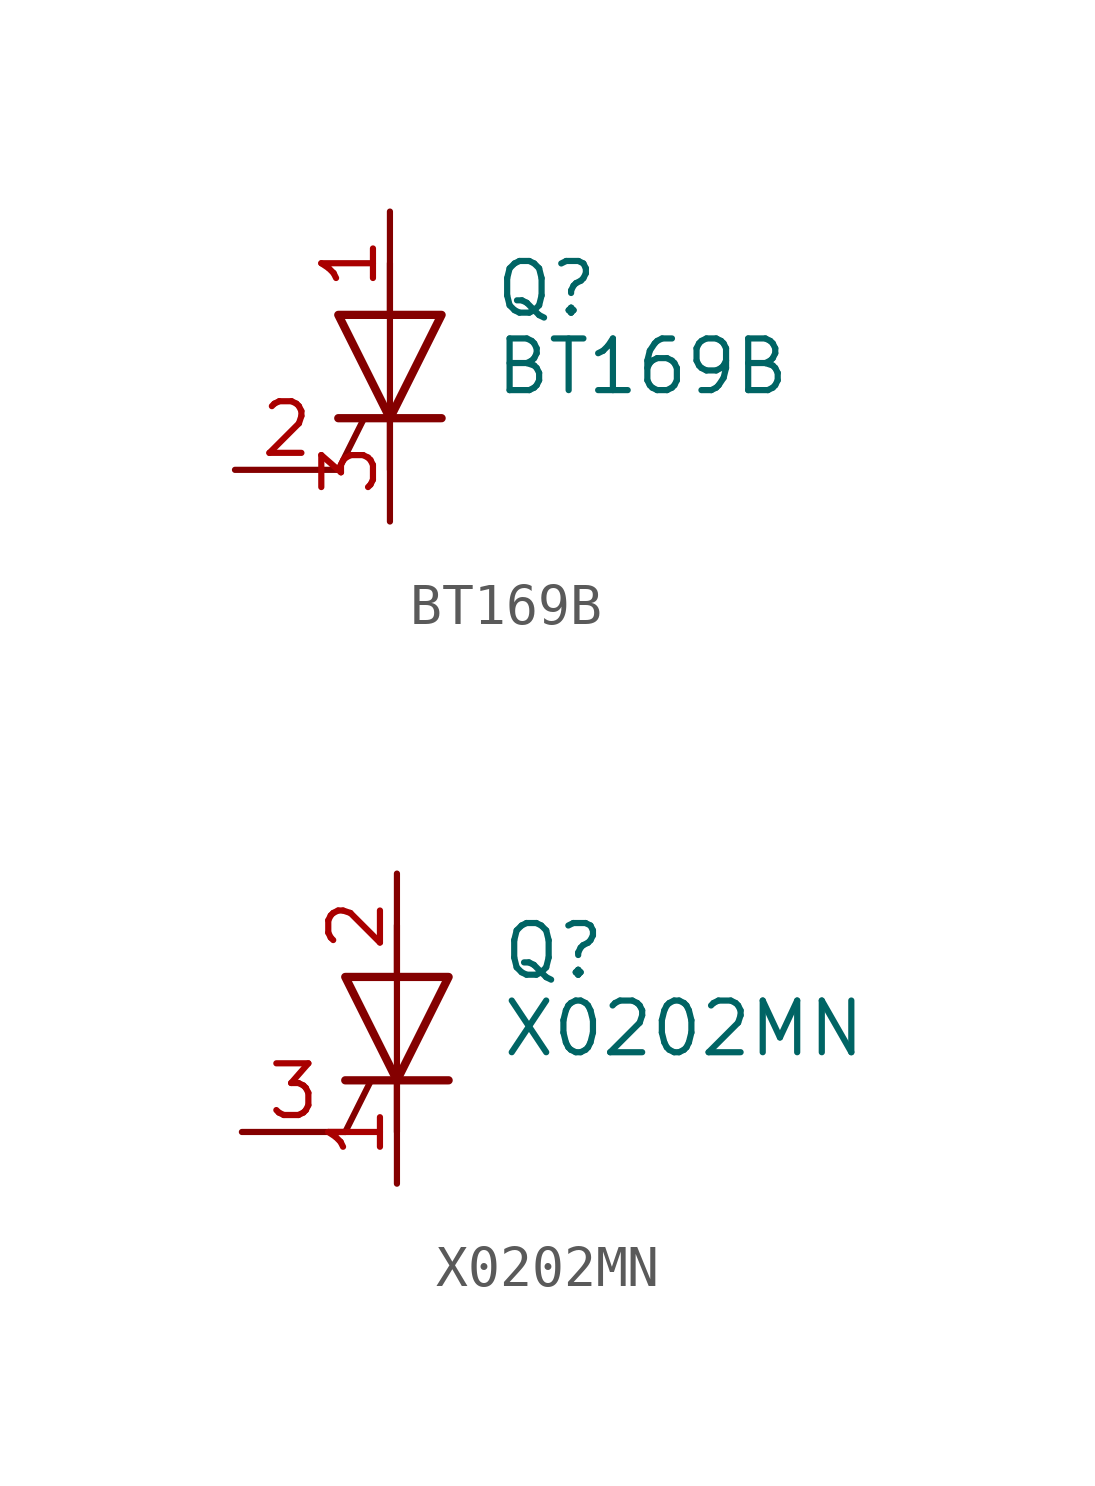
<source format=kicad_sym>
(kicad_symbol_lib
  (version 20231120)
  (generator "kicad_symbol_editor")
  (generator_version "8.0")
  (symbol "BT169B"
    (pin_names
      (offset 0) hide)
    (property "Reference" "Q"
      (at 2.54 1.905 0)
      (effects (font (size 1.27 1.27)) (justify left)))
    (property "Value" "BT169B"
      (at 2.54 0 0)
      (effects (font (size 1.27 1.27)) (justify left)))
    (symbol "BT169B_0_1"
      (polyline (pts (xy -1.27 -2.54) (xy -0.635 -1.27)) (stroke (width 0) (type default)) (fill (type none)))
      (polyline (pts (xy -1.27 -1.27) (xy 1.27 -1.27)) (stroke (width 0.203) (type default)) (fill (type none)))
      (polyline (pts (xy 0 -2.54) (xy 0 2.54)) (stroke (width 0) (type default)) (fill (type none)))
      (polyline (pts (xy -1.27 1.27) (xy 1.27 1.27) (xy 0 -1.27) (xy -1.27 1.27)) (stroke (width 0.203) (type default)) (fill (type none))))
    (symbol "BT169B_1_1"
      (pin passive line (at 0 3.81 270) (length 2.54) (name "A" (effects (font (size 1.27 1.27)))) (number "1" (effects (font (size 1.27 1.27)))))
      (pin input line (at -3.81 -2.54 0) (length 2.54) (name "G" (effects (font (size 1.27 1.27)))) (number "2" (effects (font (size 1.27 1.27)))))
      (pin passive line (at 0 -3.81 90) (length 2.54) (name "K" (effects (font (size 1.27 1.27)))) (number "3" (effects (font (size 1.27 1.27)))))))
  (symbol "X0202MN"
    (pin_names
      (offset 0) hide)
    (property "Reference" "Q"
      (at 2.54 1.905 0)
      (effects (font (size 1.27 1.27)) (justify left)))
    (property "Value" "X0202MN"
      (at 2.54 0 0)
      (effects (font (size 1.27 1.27)) (justify left)))
    (symbol "X0202MN_0_1"
      (polyline (pts (xy -1.27 -2.54) (xy -0.635 -1.27)) (stroke (width 0) (type default)) (fill (type none)))
      (polyline (pts (xy -1.27 -1.27) (xy 1.27 -1.27)) (stroke (width 0.203) (type default)) (fill (type none)))
      (polyline (pts (xy 0 -2.54) (xy 0 2.54)) (stroke (width 0) (type default)) (fill (type none)))
      (polyline (pts (xy -1.27 1.27) (xy 1.27 1.27) (xy 0 -1.27) (xy -1.27 1.27)) (stroke (width 0.203) (type default)) (fill (type none))))
    (symbol "X0202MN_1_1"
      (pin passive line (at 0 -3.81 90) (length 2.54) (name "K" (effects (font (size 1.27 1.27)))) (number "1" (effects (font (size 1.27 1.27)))))
      (pin passive line (at 0 3.81 270) (length 2.54) (name "A" (effects (font (size 1.27 1.27)))) (number "2" (effects (font (size 1.27 1.27)))))
      (pin input line (at -3.81 -2.54 0) (length 2.54) (name "G" (effects (font (size 1.27 1.27)))) (number "3" (effects (font (size 1.27 1.27)))))
      (pin passive line (at 0 3.81 270) (length 2.54) hide (name "A" (effects (font (size 1.27 1.27)))) (number "4" (effects (font (size 1.27 1.27))))))))
</source>
